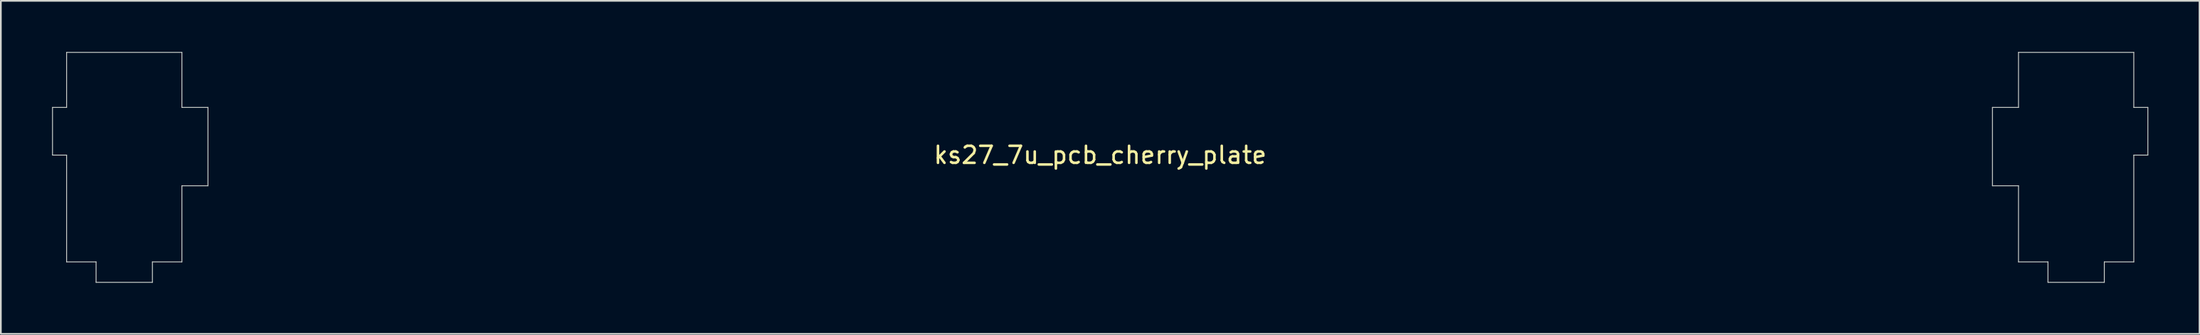
<source format=kicad_pcb>
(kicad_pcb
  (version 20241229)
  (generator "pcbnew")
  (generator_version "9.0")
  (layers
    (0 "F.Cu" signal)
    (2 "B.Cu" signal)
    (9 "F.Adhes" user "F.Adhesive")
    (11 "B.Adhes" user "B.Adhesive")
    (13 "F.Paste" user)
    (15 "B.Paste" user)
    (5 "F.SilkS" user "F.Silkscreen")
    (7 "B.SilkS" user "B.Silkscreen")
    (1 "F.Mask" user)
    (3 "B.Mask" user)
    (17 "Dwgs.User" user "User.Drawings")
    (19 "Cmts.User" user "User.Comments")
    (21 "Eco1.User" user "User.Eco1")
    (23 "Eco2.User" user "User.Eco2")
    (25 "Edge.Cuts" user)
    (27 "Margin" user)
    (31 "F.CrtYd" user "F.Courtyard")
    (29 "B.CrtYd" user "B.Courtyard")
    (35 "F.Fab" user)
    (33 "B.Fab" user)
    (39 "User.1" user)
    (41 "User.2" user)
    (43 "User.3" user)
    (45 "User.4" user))
  (footprint "ks27_7u_pcb_cherry_plate"
    (layer "F.Cu")
    (at 61.376 5.554)
    (property "Reference" "ks27_7u_pcb_cherry_plate" (at 0 0.5 0) (layer "F.SilkS") (effects (font (size 1 1) (thickness 0.15))))
    (attr through_hole)
    (fp_line (start -61.351 -2.299) (end -60.525 -2.299) (stroke (width 0.05) (type solid)) (layer "Edge.Cuts"))
    (fp_line (start -61.351 0.5) (end -61.351 -2.299) (stroke (width 0.05) (type solid)) (layer "Edge.Cuts"))
    (fp_line (start -60.525 -5.529) (end -53.774 -5.529) (stroke (width 0.05) (type solid)) (layer "Edge.Cuts"))
    (fp_line (start -60.525 -2.299) (end -60.525 -5.529) (stroke (width 0.05) (type solid)) (layer "Edge.Cuts"))
    (fp_line (start -60.525 0.5) (end -61.351 0.5) (stroke (width 0.05) (type solid)) (layer "Edge.Cuts"))
    (fp_line (start -60.525 6.77) (end -60.525 0.5) (stroke (width 0.05) (type solid)) (layer "Edge.Cuts"))
    (fp_line (start -58.8 6.77) (end -60.525 6.77) (stroke (width 0.05) (type solid)) (layer "Edge.Cuts"))
    (fp_line (start -58.8 7.97) (end -58.8 6.77) (stroke (width 0.05) (type solid)) (layer "Edge.Cuts"))
    (fp_line (start -55.501 6.77) (end -55.501 7.97) (stroke (width 0.05) (type solid)) (layer "Edge.Cuts"))
    (fp_line (start -55.501 7.97) (end -58.8 7.97) (stroke (width 0.05) (type solid)) (layer "Edge.Cuts"))
    (fp_line (start -53.774 -5.529) (end -53.774 -2.299) (stroke (width 0.05) (type solid)) (layer "Edge.Cuts"))
    (fp_line (start -53.774 -2.299) (end -52.248 -2.299) (stroke (width 0.05) (type solid)) (layer "Edge.Cuts"))
    (fp_line (start -53.774 2.301) (end -53.774 6.77) (stroke (width 0.05) (type solid)) (layer "Edge.Cuts"))
    (fp_line (start -53.774 6.77) (end -55.501 6.77) (stroke (width 0.05) (type solid)) (layer "Edge.Cuts"))
    (fp_line (start -52.248 -2.299) (end -52.248 2.301) (stroke (width 0.05) (type solid)) (layer "Edge.Cuts"))
    (fp_line (start -52.248 2.301) (end -53.774 2.301) (stroke (width 0.05) (type solid)) (layer "Edge.Cuts"))
    (fp_line (start 52.249 -2.299) (end 53.775 -2.299) (stroke (width 0.05) (type solid)) (layer "Edge.Cuts"))
    (fp_line (start 52.249 2.301) (end 52.249 -2.299) (stroke (width 0.05) (type solid)) (layer "Edge.Cuts"))
    (fp_line (start 53.775 -5.529) (end 60.526 -5.529) (stroke (width 0.05) (type solid)) (layer "Edge.Cuts"))
    (fp_line (start 53.775 -2.299) (end 53.775 -5.529) (stroke (width 0.05) (type solid)) (layer "Edge.Cuts"))
    (fp_line (start 53.775 2.301) (end 52.249 2.301) (stroke (width 0.05) (type solid)) (layer "Edge.Cuts"))
    (fp_line (start 53.775 6.77) (end 53.775 2.301) (stroke (width 0.05) (type solid)) (layer "Edge.Cuts"))
    (fp_line (start 55.5 6.77) (end 53.775 6.77) (stroke (width 0.05) (type solid)) (layer "Edge.Cuts"))
    (fp_line (start 55.5 7.97) (end 55.5 6.77) (stroke (width 0.05) (type solid)) (layer "Edge.Cuts"))
    (fp_line (start 58.8 6.77) (end 58.8 7.97) (stroke (width 0.05) (type solid)) (layer "Edge.Cuts"))
    (fp_line (start 58.8 7.97) (end 55.5 7.97) (stroke (width 0.05) (type solid)) (layer "Edge.Cuts"))
    (fp_line (start 60.526 -5.529) (end 60.526 -2.299) (stroke (width 0.05) (type solid)) (layer "Edge.Cuts"))
    (fp_line (start 60.526 -2.299) (end 61.35 -2.299) (stroke (width 0.05) (type solid)) (layer "Edge.Cuts"))
    (fp_line (start 60.526 0.5) (end 60.526 6.77) (stroke (width 0.05) (type solid)) (layer "Edge.Cuts"))
    (fp_line (start 60.526 6.77) (end 58.8 6.77) (stroke (width 0.05) (type solid)) (layer "Edge.Cuts"))
    (fp_line (start 61.35 -2.299) (end 61.35 0.5) (stroke (width 0.05) (type solid)) (layer "Edge.Cuts"))
    (fp_line (start 61.35 0.5) (end 60.526 0.5) (stroke (width 0.05) (type solid)) (layer "Edge.Cuts")))
  (gr_rect
    (start -3 -3)
    (end 125.751 16.549)
    (stroke (width 0.1) (type default))
    (fill no)
    (layer "Edge.Cuts")))
</source>
